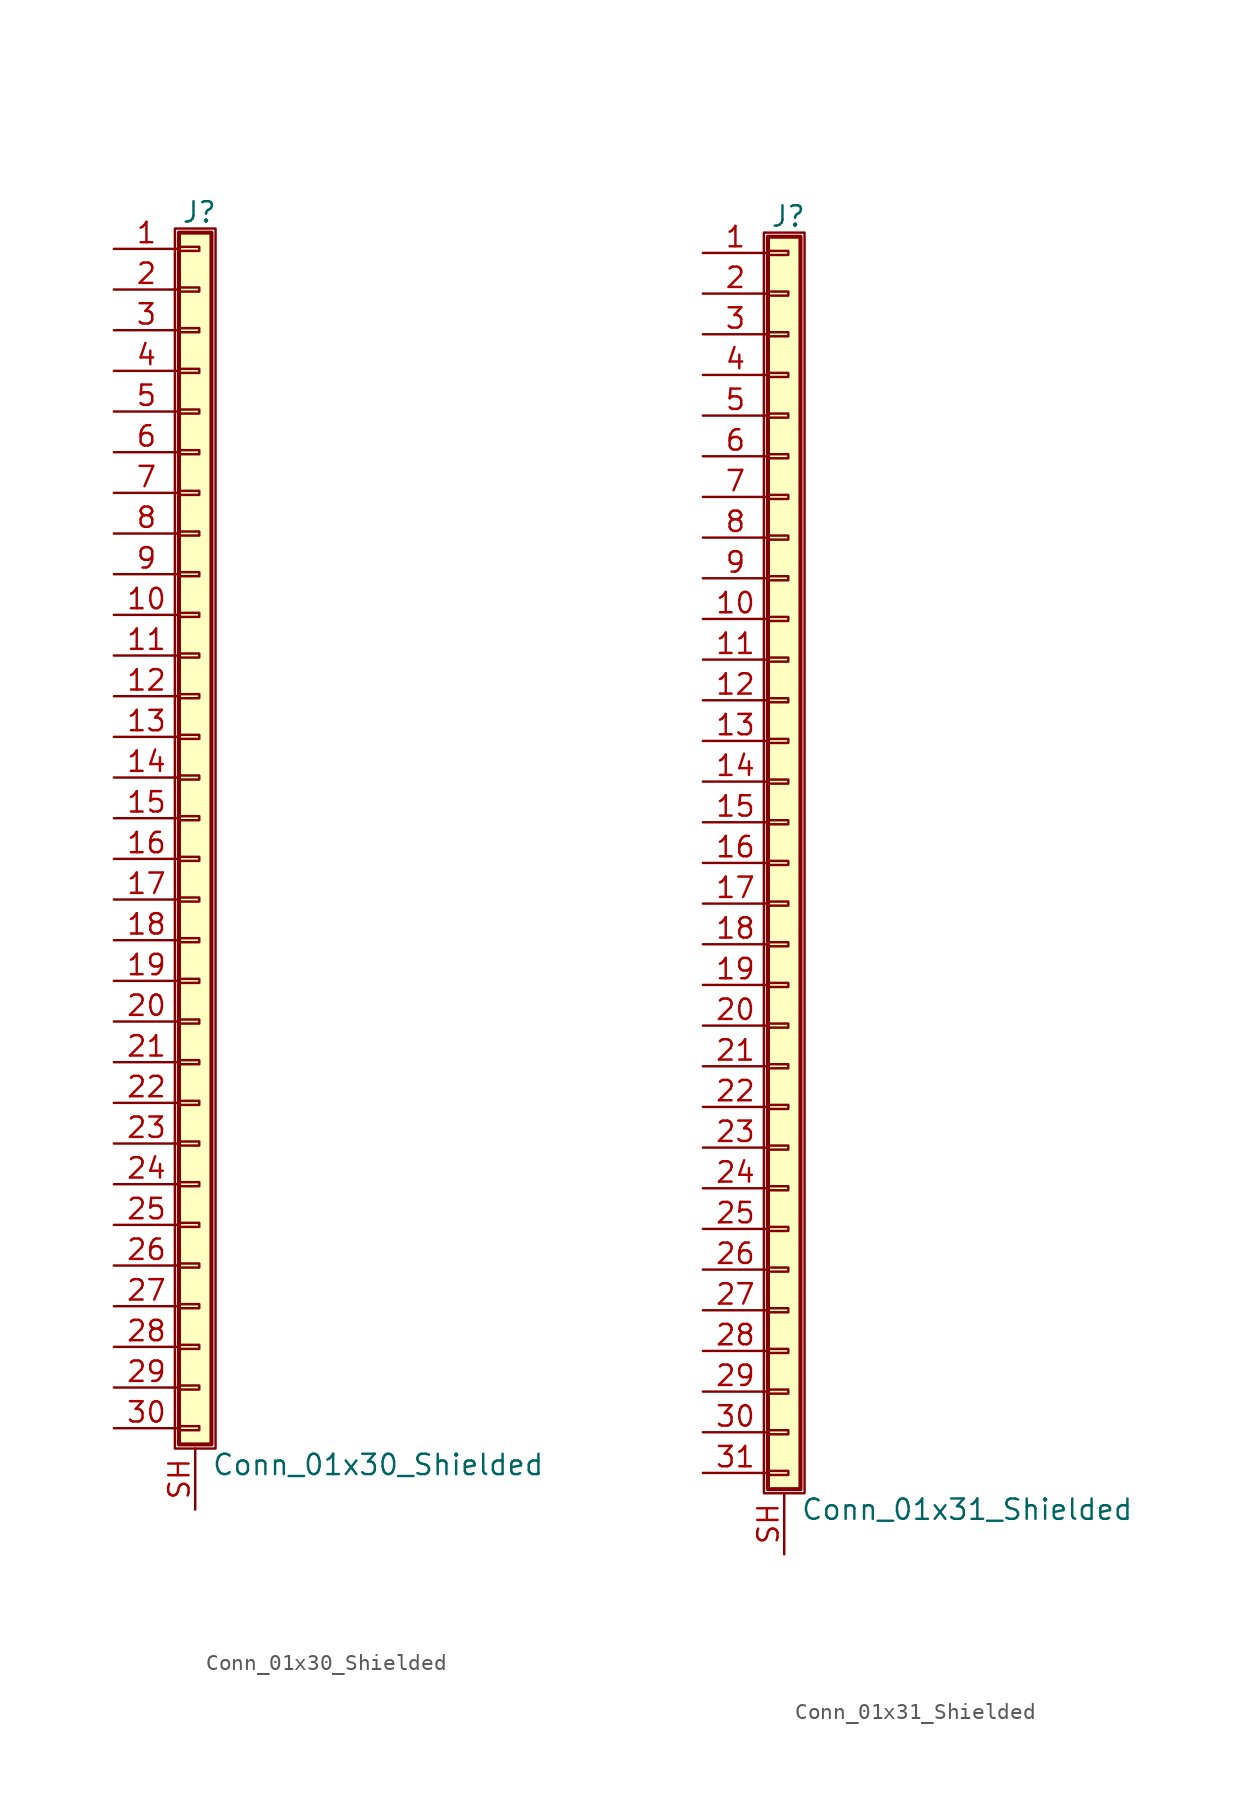
<source format=kicad_sym>
(kicad_symbol_lib
  (version 20211014)
  (generator kicad_symbol_editor)
  (symbol "Conn_01x30_Shielded"
    (pin_names
      (offset 1.016) hide)
    (property "Reference" "J"
      (at 0.254 37.846 0)
      (effects (font (size 1.27 1.27))))
    (property "Value" "Conn_01x30_Shielded"
      (at 1.016 -40.386 0)
      (effects (font (size 1.27 1.27)) (justify left)))
    (symbol "Conn_01x30_Shielded_1_1"
      (rectangle (start -1.27 36.83) (end 1.27 -39.37) (stroke (width 0.152) (type default) (color 0 0 0 0)) (fill (type none)))
      (rectangle (start -1.016 -37.973) (end 0.254 -38.227) (stroke (width 0.152) (type default) (color 0 0 0 0)) (fill (type none)))
      (rectangle (start -1.016 -35.433) (end 0.254 -35.687) (stroke (width 0.152) (type default) (color 0 0 0 0)) (fill (type none)))
      (rectangle (start -1.016 -32.893) (end 0.254 -33.147) (stroke (width 0.152) (type default) (color 0 0 0 0)) (fill (type none)))
      (rectangle (start -1.016 -30.353) (end 0.254 -30.607) (stroke (width 0.152) (type default) (color 0 0 0 0)) (fill (type none)))
      (rectangle (start -1.016 -27.813) (end 0.254 -28.067) (stroke (width 0.152) (type default) (color 0 0 0 0)) (fill (type none)))
      (rectangle (start -1.016 -25.273) (end 0.254 -25.527) (stroke (width 0.152) (type default) (color 0 0 0 0)) (fill (type none)))
      (rectangle (start -1.016 -22.733) (end 0.254 -22.987) (stroke (width 0.152) (type default) (color 0 0 0 0)) (fill (type none)))
      (rectangle (start -1.016 -20.193) (end 0.254 -20.447) (stroke (width 0.152) (type default) (color 0 0 0 0)) (fill (type none)))
      (rectangle (start -1.016 -17.653) (end 0.254 -17.907) (stroke (width 0.152) (type default) (color 0 0 0 0)) (fill (type none)))
      (rectangle (start -1.016 -15.113) (end 0.254 -15.367) (stroke (width 0.152) (type default) (color 0 0 0 0)) (fill (type none)))
      (rectangle (start -1.016 -12.573) (end 0.254 -12.827) (stroke (width 0.152) (type default) (color 0 0 0 0)) (fill (type none)))
      (rectangle (start -1.016 -10.033) (end 0.254 -10.287) (stroke (width 0.152) (type default) (color 0 0 0 0)) (fill (type none)))
      (rectangle (start -1.016 -7.493) (end 0.254 -7.747) (stroke (width 0.152) (type default) (color 0 0 0 0)) (fill (type none)))
      (rectangle (start -1.016 -4.953) (end 0.254 -5.207) (stroke (width 0.152) (type default) (color 0 0 0 0)) (fill (type none)))
      (rectangle (start -1.016 -2.413) (end 0.254 -2.667) (stroke (width 0.152) (type default) (color 0 0 0 0)) (fill (type none)))
      (rectangle (start -1.016 0.127) (end 0.254 -0.127) (stroke (width 0.152) (type default) (color 0 0 0 0)) (fill (type none)))
      (rectangle (start -1.016 2.667) (end 0.254 2.413) (stroke (width 0.152) (type default) (color 0 0 0 0)) (fill (type none)))
      (rectangle (start -1.016 5.207) (end 0.254 4.953) (stroke (width 0.152) (type default) (color 0 0 0 0)) (fill (type none)))
      (rectangle (start -1.016 7.747) (end 0.254 7.493) (stroke (width 0.152) (type default) (color 0 0 0 0)) (fill (type none)))
      (rectangle (start -1.016 10.287) (end 0.254 10.033) (stroke (width 0.152) (type default) (color 0 0 0 0)) (fill (type none)))
      (rectangle (start -1.016 12.827) (end 0.254 12.573) (stroke (width 0.152) (type default) (color 0 0 0 0)) (fill (type none)))
      (rectangle (start -1.016 15.367) (end 0.254 15.113) (stroke (width 0.152) (type default) (color 0 0 0 0)) (fill (type none)))
      (rectangle (start -1.016 17.907) (end 0.254 17.653) (stroke (width 0.152) (type default) (color 0 0 0 0)) (fill (type none)))
      (rectangle (start -1.016 20.447) (end 0.254 20.193) (stroke (width 0.152) (type default) (color 0 0 0 0)) (fill (type none)))
      (rectangle (start -1.016 22.987) (end 0.254 22.733) (stroke (width 0.152) (type default) (color 0 0 0 0)) (fill (type none)))
      (rectangle (start -1.016 25.527) (end 0.254 25.273) (stroke (width 0.152) (type default) (color 0 0 0 0)) (fill (type none)))
      (rectangle (start -1.016 28.067) (end 0.254 27.813) (stroke (width 0.152) (type default) (color 0 0 0 0)) (fill (type none)))
      (rectangle (start -1.016 30.607) (end 0.254 30.353) (stroke (width 0.152) (type default) (color 0 0 0 0)) (fill (type none)))
      (rectangle (start -1.016 33.147) (end 0.254 32.893) (stroke (width 0.152) (type default) (color 0 0 0 0)) (fill (type none)))
      (rectangle (start -1.016 35.687) (end 0.254 35.433) (stroke (width 0.152) (type default) (color 0 0 0 0)) (fill (type none)))
      (rectangle (start -1.016 36.576) (end 1.016 -39.116) (stroke (width 0.254) (type default) (color 0 0 0 0)) (fill (type background)))
      (pin passive line (at -5.08 35.56 0) (length 4.064) (name "Pin_1" (effects (font (size 1.27 1.27)))) (number "1" (effects (font (size 1.27 1.27)))))
      (pin passive line (at -5.08 12.7 0) (length 4.064) (name "Pin_10" (effects (font (size 1.27 1.27)))) (number "10" (effects (font (size 1.27 1.27)))))
      (pin passive line (at -5.08 10.16 0) (length 4.064) (name "Pin_11" (effects (font (size 1.27 1.27)))) (number "11" (effects (font (size 1.27 1.27)))))
      (pin passive line (at -5.08 7.62 0) (length 4.064) (name "Pin_12" (effects (font (size 1.27 1.27)))) (number "12" (effects (font (size 1.27 1.27)))))
      (pin passive line (at -5.08 5.08 0) (length 4.064) (name "Pin_13" (effects (font (size 1.27 1.27)))) (number "13" (effects (font (size 1.27 1.27)))))
      (pin passive line (at -5.08 2.54 0) (length 4.064) (name "Pin_14" (effects (font (size 1.27 1.27)))) (number "14" (effects (font (size 1.27 1.27)))))
      (pin passive line (at -5.08 0 0) (length 4.064) (name "Pin_15" (effects (font (size 1.27 1.27)))) (number "15" (effects (font (size 1.27 1.27)))))
      (pin passive line (at -5.08 -2.54 0) (length 4.064) (name "Pin_16" (effects (font (size 1.27 1.27)))) (number "16" (effects (font (size 1.27 1.27)))))
      (pin passive line (at -5.08 -5.08 0) (length 4.064) (name "Pin_17" (effects (font (size 1.27 1.27)))) (number "17" (effects (font (size 1.27 1.27)))))
      (pin passive line (at -5.08 -7.62 0) (length 4.064) (name "Pin_18" (effects (font (size 1.27 1.27)))) (number "18" (effects (font (size 1.27 1.27)))))
      (pin passive line (at -5.08 -10.16 0) (length 4.064) (name "Pin_19" (effects (font (size 1.27 1.27)))) (number "19" (effects (font (size 1.27 1.27)))))
      (pin passive line (at -5.08 33.02 0) (length 4.064) (name "Pin_2" (effects (font (size 1.27 1.27)))) (number "2" (effects (font (size 1.27 1.27)))))
      (pin passive line (at -5.08 -12.7 0) (length 4.064) (name "Pin_20" (effects (font (size 1.27 1.27)))) (number "20" (effects (font (size 1.27 1.27)))))
      (pin passive line (at -5.08 -15.24 0) (length 4.064) (name "Pin_21" (effects (font (size 1.27 1.27)))) (number "21" (effects (font (size 1.27 1.27)))))
      (pin passive line (at -5.08 -17.78 0) (length 4.064) (name "Pin_22" (effects (font (size 1.27 1.27)))) (number "22" (effects (font (size 1.27 1.27)))))
      (pin passive line (at -5.08 -20.32 0) (length 4.064) (name "Pin_23" (effects (font (size 1.27 1.27)))) (number "23" (effects (font (size 1.27 1.27)))))
      (pin passive line (at -5.08 -22.86 0) (length 4.064) (name "Pin_24" (effects (font (size 1.27 1.27)))) (number "24" (effects (font (size 1.27 1.27)))))
      (pin passive line (at -5.08 -25.4 0) (length 4.064) (name "Pin_25" (effects (font (size 1.27 1.27)))) (number "25" (effects (font (size 1.27 1.27)))))
      (pin passive line (at -5.08 -27.94 0) (length 4.064) (name "Pin_26" (effects (font (size 1.27 1.27)))) (number "26" (effects (font (size 1.27 1.27)))))
      (pin passive line (at -5.08 -30.48 0) (length 4.064) (name "Pin_27" (effects (font (size 1.27 1.27)))) (number "27" (effects (font (size 1.27 1.27)))))
      (pin passive line (at -5.08 -33.02 0) (length 4.064) (name "Pin_28" (effects (font (size 1.27 1.27)))) (number "28" (effects (font (size 1.27 1.27)))))
      (pin passive line (at -5.08 -35.56 0) (length 4.064) (name "Pin_29" (effects (font (size 1.27 1.27)))) (number "29" (effects (font (size 1.27 1.27)))))
      (pin passive line (at -5.08 30.48 0) (length 4.064) (name "Pin_3" (effects (font (size 1.27 1.27)))) (number "3" (effects (font (size 1.27 1.27)))))
      (pin passive line (at -5.08 -38.1 0) (length 4.064) (name "Pin_30" (effects (font (size 1.27 1.27)))) (number "30" (effects (font (size 1.27 1.27)))))
      (pin passive line (at -5.08 27.94 0) (length 4.064) (name "Pin_4" (effects (font (size 1.27 1.27)))) (number "4" (effects (font (size 1.27 1.27)))))
      (pin passive line (at -5.08 25.4 0) (length 4.064) (name "Pin_5" (effects (font (size 1.27 1.27)))) (number "5" (effects (font (size 1.27 1.27)))))
      (pin passive line (at -5.08 22.86 0) (length 4.064) (name "Pin_6" (effects (font (size 1.27 1.27)))) (number "6" (effects (font (size 1.27 1.27)))))
      (pin passive line (at -5.08 20.32 0) (length 4.064) (name "Pin_7" (effects (font (size 1.27 1.27)))) (number "7" (effects (font (size 1.27 1.27)))))
      (pin passive line (at -5.08 17.78 0) (length 4.064) (name "Pin_8" (effects (font (size 1.27 1.27)))) (number "8" (effects (font (size 1.27 1.27)))))
      (pin passive line (at -5.08 15.24 0) (length 4.064) (name "Pin_9" (effects (font (size 1.27 1.27)))) (number "9" (effects (font (size 1.27 1.27)))))
      (pin passive line (at 0 -43.18 90) (length 3.81) (name "Shield" (effects (font (size 1.27 1.27)))) (number "SH" (effects (font (size 1.27 1.27)))))))
  (symbol "Conn_01x31_Shielded"
    (pin_names
      (offset 1.016) hide)
    (property "Reference" "J"
      (at 0.254 40.386 0)
      (effects (font (size 1.27 1.27))))
    (property "Value" "Conn_01x31_Shielded"
      (at 1.016 -40.386 0)
      (effects (font (size 1.27 1.27)) (justify left)))
    (symbol "Conn_01x31_Shielded_1_1"
      (rectangle (start -1.27 39.37) (end 1.27 -39.37) (stroke (width 0.152) (type default) (color 0 0 0 0)) (fill (type none)))
      (rectangle (start -1.016 -37.973) (end 0.254 -38.227) (stroke (width 0.152) (type default) (color 0 0 0 0)) (fill (type none)))
      (rectangle (start -1.016 -35.433) (end 0.254 -35.687) (stroke (width 0.152) (type default) (color 0 0 0 0)) (fill (type none)))
      (rectangle (start -1.016 -32.893) (end 0.254 -33.147) (stroke (width 0.152) (type default) (color 0 0 0 0)) (fill (type none)))
      (rectangle (start -1.016 -30.353) (end 0.254 -30.607) (stroke (width 0.152) (type default) (color 0 0 0 0)) (fill (type none)))
      (rectangle (start -1.016 -27.813) (end 0.254 -28.067) (stroke (width 0.152) (type default) (color 0 0 0 0)) (fill (type none)))
      (rectangle (start -1.016 -25.273) (end 0.254 -25.527) (stroke (width 0.152) (type default) (color 0 0 0 0)) (fill (type none)))
      (rectangle (start -1.016 -22.733) (end 0.254 -22.987) (stroke (width 0.152) (type default) (color 0 0 0 0)) (fill (type none)))
      (rectangle (start -1.016 -20.193) (end 0.254 -20.447) (stroke (width 0.152) (type default) (color 0 0 0 0)) (fill (type none)))
      (rectangle (start -1.016 -17.653) (end 0.254 -17.907) (stroke (width 0.152) (type default) (color 0 0 0 0)) (fill (type none)))
      (rectangle (start -1.016 -15.113) (end 0.254 -15.367) (stroke (width 0.152) (type default) (color 0 0 0 0)) (fill (type none)))
      (rectangle (start -1.016 -12.573) (end 0.254 -12.827) (stroke (width 0.152) (type default) (color 0 0 0 0)) (fill (type none)))
      (rectangle (start -1.016 -10.033) (end 0.254 -10.287) (stroke (width 0.152) (type default) (color 0 0 0 0)) (fill (type none)))
      (rectangle (start -1.016 -7.493) (end 0.254 -7.747) (stroke (width 0.152) (type default) (color 0 0 0 0)) (fill (type none)))
      (rectangle (start -1.016 -4.953) (end 0.254 -5.207) (stroke (width 0.152) (type default) (color 0 0 0 0)) (fill (type none)))
      (rectangle (start -1.016 -2.413) (end 0.254 -2.667) (stroke (width 0.152) (type default) (color 0 0 0 0)) (fill (type none)))
      (rectangle (start -1.016 0.127) (end 0.254 -0.127) (stroke (width 0.152) (type default) (color 0 0 0 0)) (fill (type none)))
      (rectangle (start -1.016 2.667) (end 0.254 2.413) (stroke (width 0.152) (type default) (color 0 0 0 0)) (fill (type none)))
      (rectangle (start -1.016 5.207) (end 0.254 4.953) (stroke (width 0.152) (type default) (color 0 0 0 0)) (fill (type none)))
      (rectangle (start -1.016 7.747) (end 0.254 7.493) (stroke (width 0.152) (type default) (color 0 0 0 0)) (fill (type none)))
      (rectangle (start -1.016 10.287) (end 0.254 10.033) (stroke (width 0.152) (type default) (color 0 0 0 0)) (fill (type none)))
      (rectangle (start -1.016 12.827) (end 0.254 12.573) (stroke (width 0.152) (type default) (color 0 0 0 0)) (fill (type none)))
      (rectangle (start -1.016 15.367) (end 0.254 15.113) (stroke (width 0.152) (type default) (color 0 0 0 0)) (fill (type none)))
      (rectangle (start -1.016 17.907) (end 0.254 17.653) (stroke (width 0.152) (type default) (color 0 0 0 0)) (fill (type none)))
      (rectangle (start -1.016 20.447) (end 0.254 20.193) (stroke (width 0.152) (type default) (color 0 0 0 0)) (fill (type none)))
      (rectangle (start -1.016 22.987) (end 0.254 22.733) (stroke (width 0.152) (type default) (color 0 0 0 0)) (fill (type none)))
      (rectangle (start -1.016 25.527) (end 0.254 25.273) (stroke (width 0.152) (type default) (color 0 0 0 0)) (fill (type none)))
      (rectangle (start -1.016 28.067) (end 0.254 27.813) (stroke (width 0.152) (type default) (color 0 0 0 0)) (fill (type none)))
      (rectangle (start -1.016 30.607) (end 0.254 30.353) (stroke (width 0.152) (type default) (color 0 0 0 0)) (fill (type none)))
      (rectangle (start -1.016 33.147) (end 0.254 32.893) (stroke (width 0.152) (type default) (color 0 0 0 0)) (fill (type none)))
      (rectangle (start -1.016 35.687) (end 0.254 35.433) (stroke (width 0.152) (type default) (color 0 0 0 0)) (fill (type none)))
      (rectangle (start -1.016 38.227) (end 0.254 37.973) (stroke (width 0.152) (type default) (color 0 0 0 0)) (fill (type none)))
      (rectangle (start -1.016 39.116) (end 1.016 -39.116) (stroke (width 0.254) (type default) (color 0 0 0 0)) (fill (type background)))
      (pin passive line (at -5.08 38.1 0) (length 4.064) (name "Pin_1" (effects (font (size 1.27 1.27)))) (number "1" (effects (font (size 1.27 1.27)))))
      (pin passive line (at -5.08 15.24 0) (length 4.064) (name "Pin_10" (effects (font (size 1.27 1.27)))) (number "10" (effects (font (size 1.27 1.27)))))
      (pin passive line (at -5.08 12.7 0) (length 4.064) (name "Pin_11" (effects (font (size 1.27 1.27)))) (number "11" (effects (font (size 1.27 1.27)))))
      (pin passive line (at -5.08 10.16 0) (length 4.064) (name "Pin_12" (effects (font (size 1.27 1.27)))) (number "12" (effects (font (size 1.27 1.27)))))
      (pin passive line (at -5.08 7.62 0) (length 4.064) (name "Pin_13" (effects (font (size 1.27 1.27)))) (number "13" (effects (font (size 1.27 1.27)))))
      (pin passive line (at -5.08 5.08 0) (length 4.064) (name "Pin_14" (effects (font (size 1.27 1.27)))) (number "14" (effects (font (size 1.27 1.27)))))
      (pin passive line (at -5.08 2.54 0) (length 4.064) (name "Pin_15" (effects (font (size 1.27 1.27)))) (number "15" (effects (font (size 1.27 1.27)))))
      (pin passive line (at -5.08 0 0) (length 4.064) (name "Pin_16" (effects (font (size 1.27 1.27)))) (number "16" (effects (font (size 1.27 1.27)))))
      (pin passive line (at -5.08 -2.54 0) (length 4.064) (name "Pin_17" (effects (font (size 1.27 1.27)))) (number "17" (effects (font (size 1.27 1.27)))))
      (pin passive line (at -5.08 -5.08 0) (length 4.064) (name "Pin_18" (effects (font (size 1.27 1.27)))) (number "18" (effects (font (size 1.27 1.27)))))
      (pin passive line (at -5.08 -7.62 0) (length 4.064) (name "Pin_19" (effects (font (size 1.27 1.27)))) (number "19" (effects (font (size 1.27 1.27)))))
      (pin passive line (at -5.08 35.56 0) (length 4.064) (name "Pin_2" (effects (font (size 1.27 1.27)))) (number "2" (effects (font (size 1.27 1.27)))))
      (pin passive line (at -5.08 -10.16 0) (length 4.064) (name "Pin_20" (effects (font (size 1.27 1.27)))) (number "20" (effects (font (size 1.27 1.27)))))
      (pin passive line (at -5.08 -12.7 0) (length 4.064) (name "Pin_21" (effects (font (size 1.27 1.27)))) (number "21" (effects (font (size 1.27 1.27)))))
      (pin passive line (at -5.08 -15.24 0) (length 4.064) (name "Pin_22" (effects (font (size 1.27 1.27)))) (number "22" (effects (font (size 1.27 1.27)))))
      (pin passive line (at -5.08 -17.78 0) (length 4.064) (name "Pin_23" (effects (font (size 1.27 1.27)))) (number "23" (effects (font (size 1.27 1.27)))))
      (pin passive line (at -5.08 -20.32 0) (length 4.064) (name "Pin_24" (effects (font (size 1.27 1.27)))) (number "24" (effects (font (size 1.27 1.27)))))
      (pin passive line (at -5.08 -22.86 0) (length 4.064) (name "Pin_25" (effects (font (size 1.27 1.27)))) (number "25" (effects (font (size 1.27 1.27)))))
      (pin passive line (at -5.08 -25.4 0) (length 4.064) (name "Pin_26" (effects (font (size 1.27 1.27)))) (number "26" (effects (font (size 1.27 1.27)))))
      (pin passive line (at -5.08 -27.94 0) (length 4.064) (name "Pin_27" (effects (font (size 1.27 1.27)))) (number "27" (effects (font (size 1.27 1.27)))))
      (pin passive line (at -5.08 -30.48 0) (length 4.064) (name "Pin_28" (effects (font (size 1.27 1.27)))) (number "28" (effects (font (size 1.27 1.27)))))
      (pin passive line (at -5.08 -33.02 0) (length 4.064) (name "Pin_29" (effects (font (size 1.27 1.27)))) (number "29" (effects (font (size 1.27 1.27)))))
      (pin passive line (at -5.08 33.02 0) (length 4.064) (name "Pin_3" (effects (font (size 1.27 1.27)))) (number "3" (effects (font (size 1.27 1.27)))))
      (pin passive line (at -5.08 -35.56 0) (length 4.064) (name "Pin_30" (effects (font (size 1.27 1.27)))) (number "30" (effects (font (size 1.27 1.27)))))
      (pin passive line (at -5.08 -38.1 0) (length 4.064) (name "Pin_31" (effects (font (size 1.27 1.27)))) (number "31" (effects (font (size 1.27 1.27)))))
      (pin passive line (at -5.08 30.48 0) (length 4.064) (name "Pin_4" (effects (font (size 1.27 1.27)))) (number "4" (effects (font (size 1.27 1.27)))))
      (pin passive line (at -5.08 27.94 0) (length 4.064) (name "Pin_5" (effects (font (size 1.27 1.27)))) (number "5" (effects (font (size 1.27 1.27)))))
      (pin passive line (at -5.08 25.4 0) (length 4.064) (name "Pin_6" (effects (font (size 1.27 1.27)))) (number "6" (effects (font (size 1.27 1.27)))))
      (pin passive line (at -5.08 22.86 0) (length 4.064) (name "Pin_7" (effects (font (size 1.27 1.27)))) (number "7" (effects (font (size 1.27 1.27)))))
      (pin passive line (at -5.08 20.32 0) (length 4.064) (name "Pin_8" (effects (font (size 1.27 1.27)))) (number "8" (effects (font (size 1.27 1.27)))))
      (pin passive line (at -5.08 17.78 0) (length 4.064) (name "Pin_9" (effects (font (size 1.27 1.27)))) (number "9" (effects (font (size 1.27 1.27)))))
      (pin passive line (at 0 -43.18 90) (length 3.81) (name "Shield" (effects (font (size 1.27 1.27)))) (number "SH" (effects (font (size 1.27 1.27))))))))
</source>
